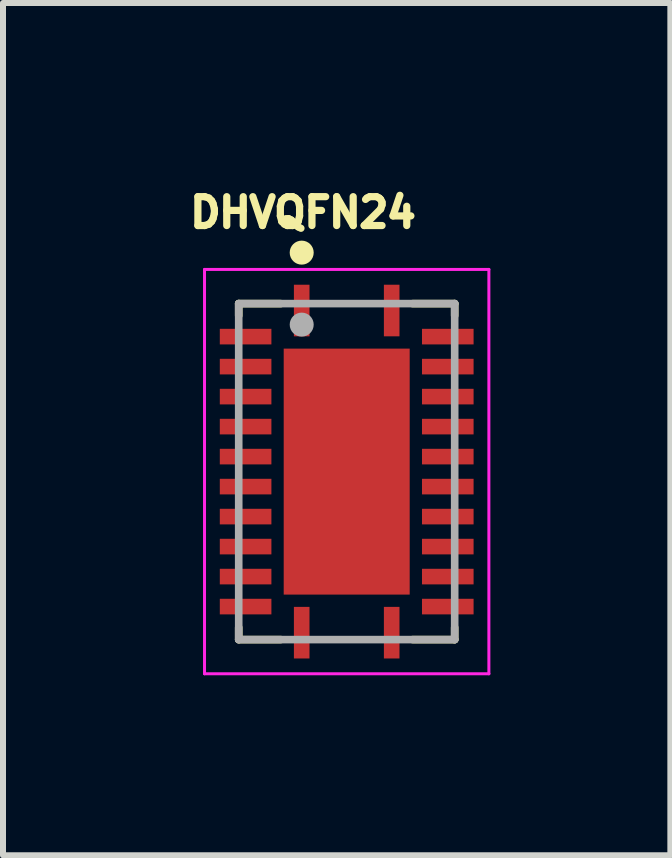
<source format=kicad_pcb>
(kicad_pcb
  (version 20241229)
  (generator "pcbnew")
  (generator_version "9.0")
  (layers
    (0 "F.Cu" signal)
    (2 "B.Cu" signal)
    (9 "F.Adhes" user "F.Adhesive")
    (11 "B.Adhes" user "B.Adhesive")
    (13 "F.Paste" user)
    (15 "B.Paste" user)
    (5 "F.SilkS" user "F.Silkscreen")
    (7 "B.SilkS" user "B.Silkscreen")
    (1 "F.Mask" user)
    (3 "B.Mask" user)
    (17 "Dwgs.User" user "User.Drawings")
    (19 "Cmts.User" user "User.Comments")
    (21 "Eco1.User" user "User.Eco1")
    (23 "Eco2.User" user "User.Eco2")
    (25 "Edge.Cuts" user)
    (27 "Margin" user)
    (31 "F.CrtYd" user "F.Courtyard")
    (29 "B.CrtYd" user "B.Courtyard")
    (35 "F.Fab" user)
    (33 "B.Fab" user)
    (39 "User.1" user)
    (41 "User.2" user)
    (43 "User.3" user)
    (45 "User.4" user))
  (footprint "DHVQFN24"
    (layer "F.Cu")
    (at 2.729 4.811)
    (property "Reference" "DHVQFN24" (at -0.728 -4.318 0) (layer "F.SilkS") (effects (font (size 0.481 0.481) (thickness 0.15))))
    (attr smd)
    (fp_poly (pts (xy -1.13 -2.126) (xy 1.126 -2.126) (xy 1.126 2.133) (xy -1.13 2.133)) (stroke (width 0.01) (type solid)) (fill yes) (layer "F.Mask"))
    (fp_line (start -1.8 -2.8) (end -1.1 -2.8) (stroke (width 0.127) (type solid)) (layer "F.SilkS"))
    (fp_line (start -1.8 -2.6) (end -1.8 -2.8) (stroke (width 0.127) (type solid)) (layer "F.SilkS"))
    (fp_line (start -1.8 2.6) (end -1.8 2.8) (stroke (width 0.127) (type solid)) (layer "F.SilkS"))
    (fp_line (start -1.8 2.8) (end -1.1 2.8) (stroke (width 0.127) (type solid)) (layer "F.SilkS"))
    (fp_line (start 1.1 2.8) (end 1.8 2.8) (stroke (width 0.127) (type solid)) (layer "F.SilkS"))
    (fp_line (start 1.8 -2.8) (end 1.1 -2.8) (stroke (width 0.127) (type solid)) (layer "F.SilkS"))
    (fp_line (start 1.8 -2.6) (end 1.8 -2.8) (stroke (width 0.127) (type solid)) (layer "F.SilkS"))
    (fp_line (start 1.8 2.8) (end 1.8 2.6) (stroke (width 0.127) (type solid)) (layer "F.SilkS"))
    (fp_circle (center -0.75 -3.65) (end -0.65 -3.65) (stroke (width 0.2) (type solid)) (fill no) (layer "F.SilkS"))
    (fp_poly (pts (xy -0.664 -1.296) (xy 0.664 -1.296) (xy 0.664 1.297) (xy -0.664 1.297)) (stroke (width 0.01) (type solid)) (fill yes) (layer "F.Paste"))
    (fp_line (start -2.37 -3.37) (end 2.37 -3.37) (stroke (width 0.05) (type solid)) (layer "F.CrtYd"))
    (fp_line (start -2.37 3.37) (end -2.37 -3.37) (stroke (width 0.05) (type solid)) (layer "F.CrtYd"))
    (fp_line (start 2.37 -3.37) (end 2.37 3.37) (stroke (width 0.05) (type solid)) (layer "F.CrtYd"))
    (fp_line (start 2.37 3.37) (end -2.37 3.37) (stroke (width 0.05) (type solid)) (layer "F.CrtYd"))
    (fp_line (start -1.8 -2.8) (end 1.8 -2.8) (stroke (width 0.127) (type solid)) (layer "F.Fab"))
    (fp_line (start -1.8 2.8) (end -1.8 -2.8) (stroke (width 0.127) (type solid)) (layer "F.Fab"))
    (fp_line (start 1.8 -2.8) (end 1.8 2.8) (stroke (width 0.127) (type solid)) (layer "F.Fab"))
    (fp_line (start 1.8 2.8) (end -1.8 2.8) (stroke (width 0.127) (type solid)) (layer "F.Fab"))
    (fp_circle (center -0.75 -2.45) (end -0.65 -2.45) (stroke (width 0.2) (type solid)) (fill no) (layer "F.Fab"))
    (pad "1" smd rect (at -0.75 -2.685 270) (size 0.86 0.26) (layers "F.Cu" "F.Mask" "F.Paste"))
    (pad "2" smd rect (at -1.685 -2.25) (size 0.86 0.26) (layers "F.Cu" "F.Mask" "F.Paste"))
    (pad "3" smd rect (at -1.685 -1.75) (size 0.86 0.26) (layers "F.Cu" "F.Mask" "F.Paste"))
    (pad "4" smd rect (at -1.685 -1.25) (size 0.86 0.26) (layers "F.Cu" "F.Mask" "F.Paste"))
    (pad "5" smd rect (at -1.685 -0.75) (size 0.86 0.26) (layers "F.Cu" "F.Mask" "F.Paste"))
    (pad "6" smd rect (at -1.685 -0.25) (size 0.86 0.26) (layers "F.Cu" "F.Mask" "F.Paste"))
    (pad "7" smd rect (at -1.685 0.25) (size 0.86 0.26) (layers "F.Cu" "F.Mask" "F.Paste"))
    (pad "8" smd rect (at -1.685 0.75) (size 0.86 0.26) (layers "F.Cu" "F.Mask" "F.Paste"))
    (pad "9" smd rect (at -1.685 1.25) (size 0.86 0.26) (layers "F.Cu" "F.Mask" "F.Paste"))
    (pad "10" smd rect (at -1.685 1.75) (size 0.86 0.26) (layers "F.Cu" "F.Mask" "F.Paste"))
    (pad "11" smd rect (at -1.685 2.25) (size 0.86 0.26) (layers "F.Cu" "F.Mask" "F.Paste"))
    (pad "12" smd rect (at -0.75 2.685 90) (size 0.86 0.26) (layers "F.Cu" "F.Mask" "F.Paste"))
    (pad "13" smd rect (at 0.75 2.685 90) (size 0.86 0.26) (layers "F.Cu" "F.Mask" "F.Paste"))
    (pad "14" smd rect (at 1.685 2.25 180) (size 0.86 0.26) (layers "F.Cu" "F.Mask" "F.Paste"))
    (pad "15" smd rect (at 1.685 1.75 180) (size 0.86 0.26) (layers "F.Cu" "F.Mask" "F.Paste"))
    (pad "16" smd rect (at 1.685 1.25 180) (size 0.86 0.26) (layers "F.Cu" "F.Mask" "F.Paste"))
    (pad "17" smd rect (at 1.685 0.75 180) (size 0.86 0.26) (layers "F.Cu" "F.Mask" "F.Paste"))
    (pad "18" smd rect (at 1.685 0.25 180) (size 0.86 0.26) (layers "F.Cu" "F.Mask" "F.Paste"))
    (pad "19" smd rect (at 1.685 -0.25 180) (size 0.86 0.26) (layers "F.Cu" "F.Mask" "F.Paste"))
    (pad "20" smd rect (at 1.685 -0.75 180) (size 0.86 0.26) (layers "F.Cu" "F.Mask" "F.Paste"))
    (pad "21" smd rect (at 1.685 -1.25 180) (size 0.86 0.26) (layers "F.Cu" "F.Mask" "F.Paste"))
    (pad "22" smd rect (at 1.685 -1.75 180) (size 0.86 0.26) (layers "F.Cu" "F.Mask" "F.Paste"))
    (pad "23" smd rect (at 1.685 -2.25 180) (size 0.86 0.26) (layers "F.Cu" "F.Mask" "F.Paste"))
    (pad "24" smd rect (at 0.75 -2.685 270) (size 0.86 0.26) (layers "F.Cu" "F.Mask" "F.Paste"))
    (pad "25" smd rect (at 0 0) (size 2.1 4.1) (layers "F.Cu")))
  (gr_rect
    (start -3 -3)
    (end 8.124 11.206)
    (stroke (width 0.1) (type default))
    (fill no)
    (layer "Edge.Cuts")))
</source>
